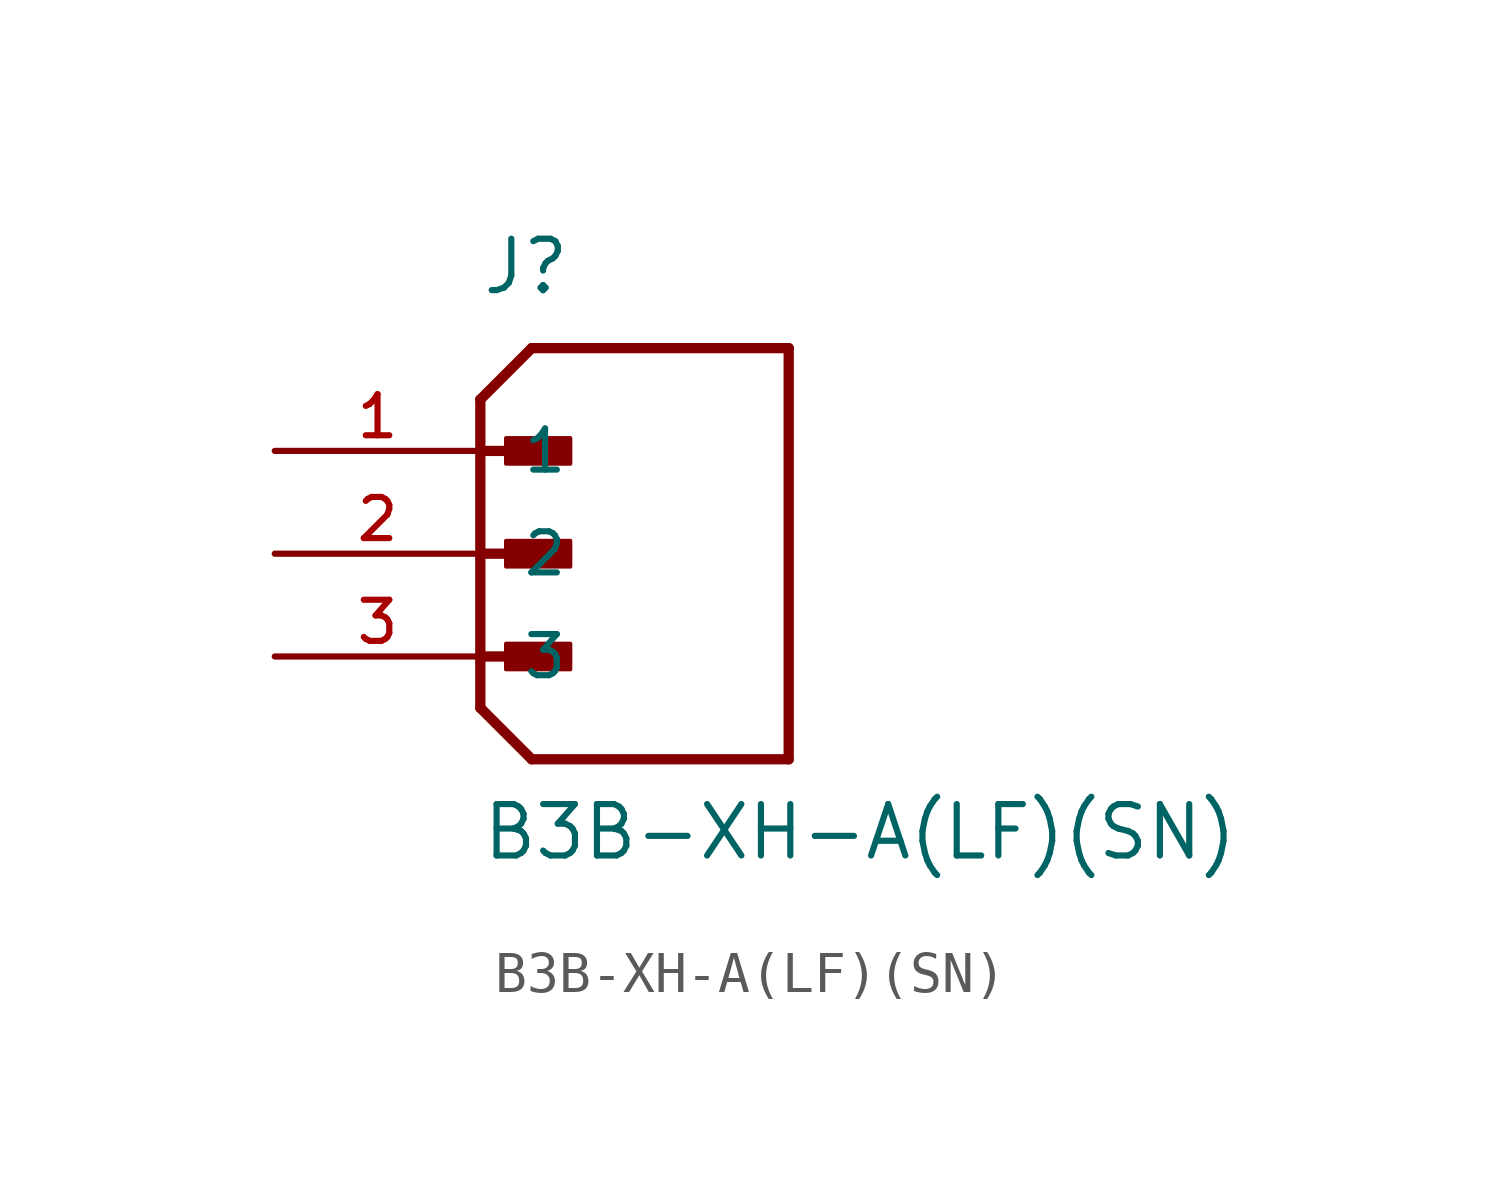
<source format=kicad_sym>
(kicad_symbol_lib
  (version 20211014)
  (generator kicad_symbol_editor)
  (symbol "B3B-XH-A(LF)(SN)"
    (pin_names
      (offset 1.016))
    (property "Reference" "J"
      (at 0.0 6.35 0)
      (effects (font (size 1.27 1.27)) (justify bottom left)))
    (property "Value" "B3B-XH-A(LF)(SN)"
      (at 0.0 -7.62 0)
      (effects (font (size 1.27 1.27)) (justify bottom left)))
    (symbol "B3B-XH-A(LF)(SN)_0_0"
      (polyline (pts (xy 0.0 3.81) (xy 1.27 5.08)) (stroke (width 0.254)))
      (polyline (pts (xy 0.0 3.81) (xy 0.0 2.54)) (stroke (width 0.254)))
      (polyline (pts (xy 0.0 2.54) (xy 0.0 -3.81)) (stroke (width 0.254)))
      (polyline (pts (xy 0.0 -3.81) (xy 1.27 -5.08)) (stroke (width 0.254)))
      (polyline (pts (xy 1.27 -5.08) (xy 7.62 -5.08)) (stroke (width 0.254)))
      (polyline (pts (xy 7.62 -5.08) (xy 7.62 5.08)) (stroke (width 0.254)))
      (polyline (pts (xy 7.62 5.08) (xy 1.27 5.08)) (stroke (width 0.254)))
      (polyline (pts (xy 0.0 2.54) (xy 1.905 2.54)) (stroke (width 0.254)))
      (rectangle (start 0.635 2.223) (end 2.223 2.857) (stroke (width 0.1)) (fill (type outline)))
      (polyline (pts (xy 0.0 0.0) (xy 1.905 0.0)) (stroke (width 0.254)))
      (rectangle (start 0.635 -0.318) (end 2.223 0.318) (stroke (width 0.1)) (fill (type outline)))
      (polyline (pts (xy 0.0 -2.54) (xy 1.905 -2.54)) (stroke (width 0.254)))
      (rectangle (start 0.635 -2.857) (end 2.223 -2.223) (stroke (width 0.1)) (fill (type outline)))
      (pin passive line (at -5.08 2.54 0) (length 5.08) (name "1" (effects (font (size 1.016 1.016)))) (number "1" (effects (font (size 1.016 1.016)))))
      (pin passive line (at -5.08 0.0 0) (length 5.08) (name "2" (effects (font (size 1.016 1.016)))) (number "2" (effects (font (size 1.016 1.016)))))
      (pin passive line (at -5.08 -2.54 0) (length 5.08) (name "3" (effects (font (size 1.016 1.016)))) (number "3" (effects (font (size 1.016 1.016))))))))
</source>
